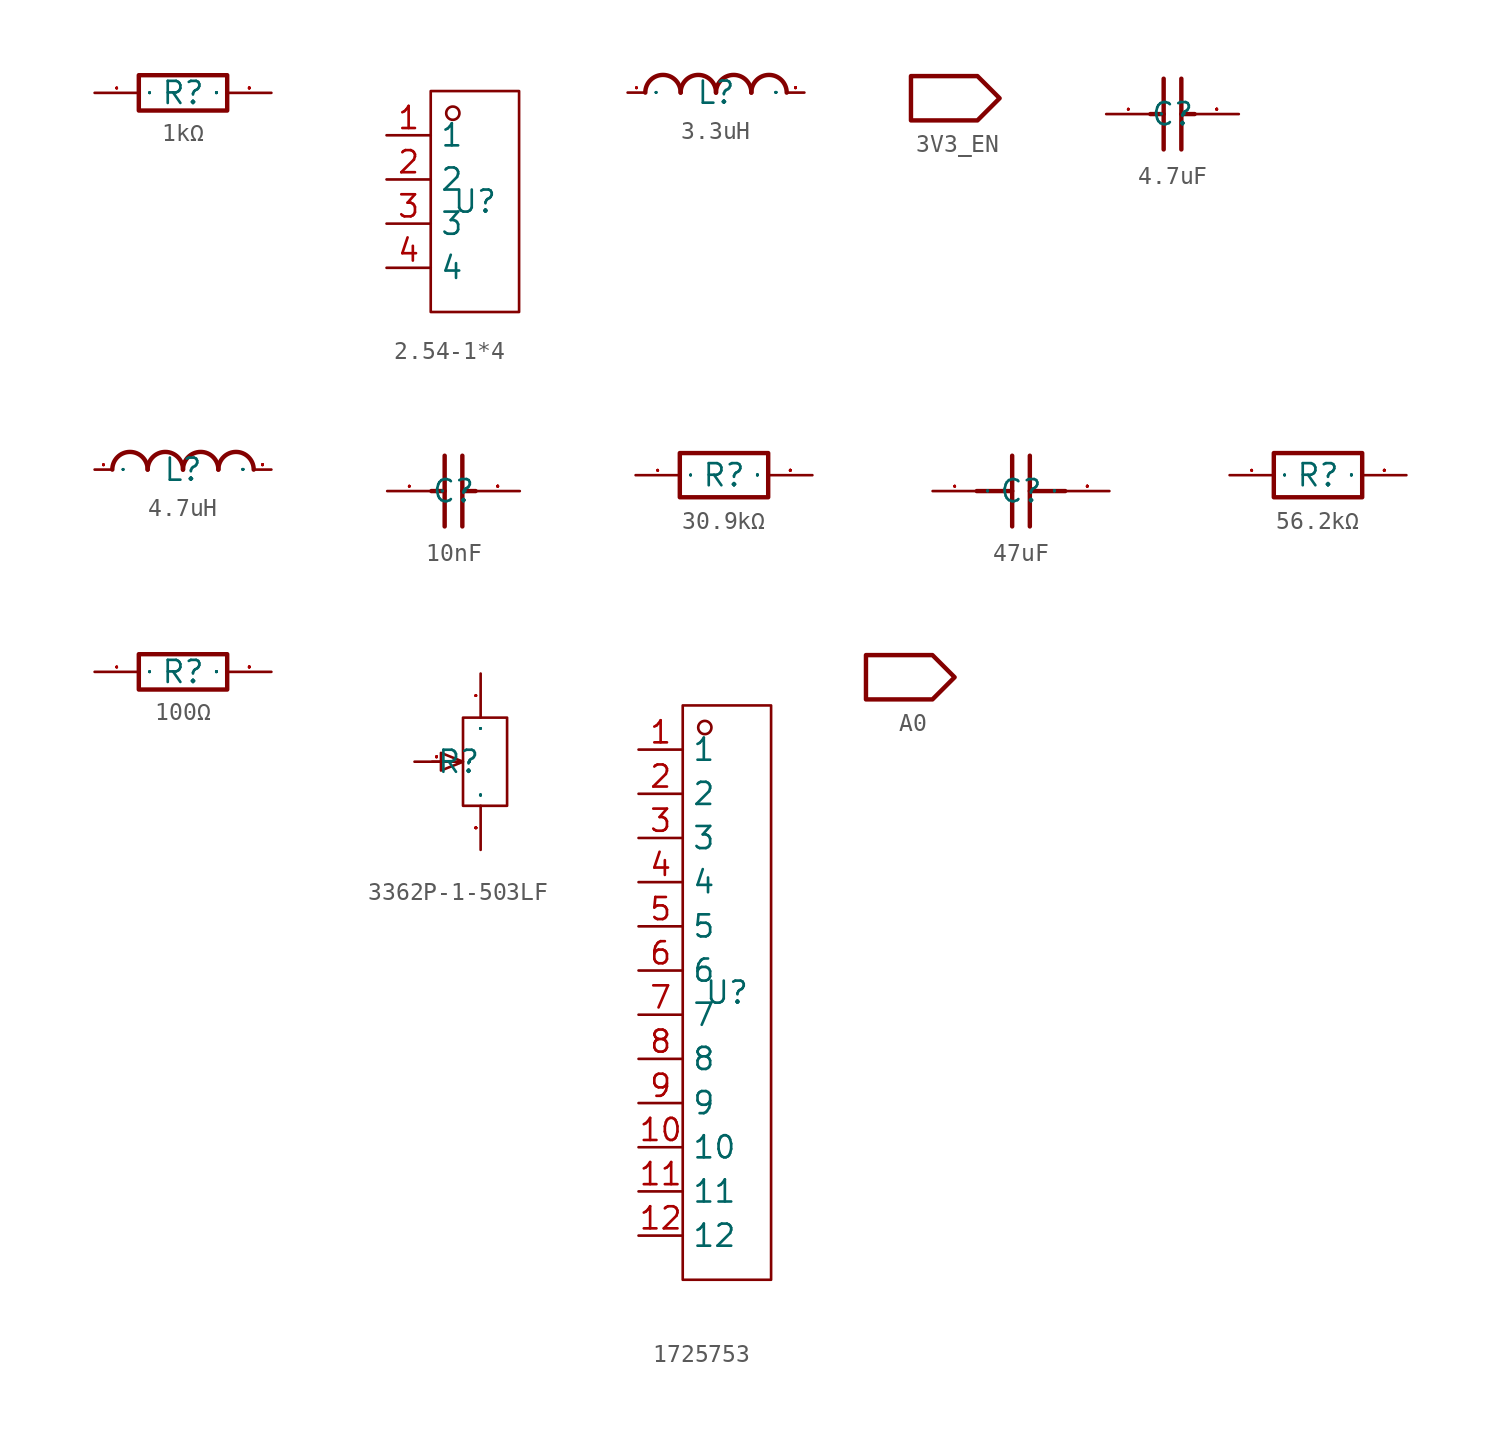
<source format=kicad_sym>
(kicad_symbol_lib
  (version 20241209)
  (generator "kicad_symbol_editor")
  (generator_version "9.0")
  (symbol "1kΩ"
    (property "Reference" "R"
      (at 0 0 0)
      (effects (font (size 1.27 1.27))))
    (property "Value" ""
      (at 0 0 0)
      (effects (font (size 1.27 1.27))))
    (symbol "1kΩ_1_0"
      (rectangle (start -2.54 1.016) (end 2.54 -1.016) (stroke (width 0.254) (type default)) (fill (type none)))
      (pin input line (at -5.08 0 0) (length 2.54) (name "1" (effects (font (size 0.025 0.025)))) (number "1" (effects (font (size 0.025 0.025)))))
      (pin input line (at 5.08 0 180) (length 2.54) (name "2" (effects (font (size 0.025 0.025)))) (number "2" (effects (font (size 0.025 0.025)))))))
  (symbol "2.54-1*4"
    (property "Reference" "U"
      (at 0 0 0)
      (effects (font (size 1.27 1.27))))
    (property "Value" ""
      (at 0 0 0)
      (effects (font (size 1.27 1.27))))
    (symbol "2.54-1*4_1_0"
      (rectangle (start -2.54 -6.35) (end 2.54 6.35) (stroke (width 0) (type default)) (fill (type none)))
      (circle (center -1.27 5.08) (radius 0.381) (stroke (width 0) (type default)) (fill (type none)))
      (pin unspecified line (at -5.08 3.81 0) (length 2.54) (name "1" (effects (font (size 1.27 1.27)))) (number "1" (effects (font (size 1.27 1.27)))))
      (pin unspecified line (at -5.08 1.27 0) (length 2.54) (name "2" (effects (font (size 1.27 1.27)))) (number "2" (effects (font (size 1.27 1.27)))))
      (pin unspecified line (at -5.08 -1.27 0) (length 2.54) (name "3" (effects (font (size 1.27 1.27)))) (number "3" (effects (font (size 1.27 1.27)))))
      (pin unspecified line (at -5.08 -3.81 0) (length 2.54) (name "4" (effects (font (size 1.27 1.27)))) (number "4" (effects (font (size 1.27 1.27)))))))
  (symbol "3.3uH"
    (property "Reference" "L"
      (at 0 0 0)
      (effects (font (size 1.27 1.27))))
    (property "Value" ""
      (at 0 0 0)
      (effects (font (size 1.27 1.27))))
    (symbol "3.3uH_1_0"
      (arc (start -4.064 0) (mid -3.0226 1.016) (end -2.032 0) (stroke (width 0.254) (type default)) (fill (type none)))
      (arc (start -2.032 0) (mid -0.9906 1.016) (end 0 0) (stroke (width 0.254) (type default)) (fill (type none)))
      (arc (start 0 0) (mid 1.016 1.016) (end 2.032 0) (stroke (width 0.254) (type default)) (fill (type none)))
      (arc (start 2.032 0) (mid 3.048 1.016) (end 4.064 0) (stroke (width 0.254) (type default)) (fill (type none)))
      (pin unspecified line (at -5.08 0 0) (length 1.016) (name "1" (effects (font (size 0.025 0.025)))) (number "1" (effects (font (size 0.025 0.025)))))
      (pin unspecified line (at 5.08 0 180) (length 1.016) (name "2" (effects (font (size 0.025 0.025)))) (number "2" (effects (font (size 0.025 0.025)))))))
  (symbol "3V3_EN"
    (power)
    (pin_numbers
      (hide yes))
    (pin_names
      (hide yes))
    (property "Reference" "#PWR"
      (at 0 0 0)
      (effects (font (size 1.27 1.27)) (hide yes)))
    (property "Value" ""
      (at 0 0 0)
      (effects (font (size 1.27 1.27))))
    (symbol "3V3_EN_1_0"
      (polyline (pts (xy 0 0) (xy -1.27 -1.27) (xy -1.27 -1.27) (xy -5.08 -1.27) (xy -5.08 -1.27) (xy -5.08 1.27) (xy -5.08 1.27) (xy -1.27 1.27) (xy -1.27 1.27) (xy 0 0)) (stroke (width 0.254) (type default)) (fill (type none)))
      (pin input line (at 0 0 0) (length 0) (name "" (effects (font (size 0.025 0.025)))) (number "1" (effects (font (size 0 0)))))))
  (symbol "4.7uF"
    (property "Reference" "C"
      (at 0 0 0)
      (effects (font (size 1.27 1.27))))
    (property "Value" ""
      (at 0 0 0)
      (effects (font (size 1.27 1.27))))
    (symbol "4.7uF_1_0"
      (polyline (pts (xy -1.27 0) (xy -0.508 0)) (stroke (width 0.254) (type default)) (fill (type none)))
      (polyline (pts (xy -0.508 2.032) (xy -0.508 -2.032)) (stroke (width 0.254) (type default)) (fill (type none)))
      (polyline (pts (xy 0.508 2.032) (xy 0.508 -2.032)) (stroke (width 0.254) (type default)) (fill (type none)))
      (polyline (pts (xy 0.508 0) (xy 1.27 0)) (stroke (width 0.254) (type default)) (fill (type none)))
      (pin input line (at -3.81 0 0) (length 2.54) (name "1" (effects (font (size 0.025 0.025)))) (number "1" (effects (font (size 0.025 0.025)))))
      (pin input line (at 3.81 0 180) (length 2.54) (name "2" (effects (font (size 0.025 0.025)))) (number "2" (effects (font (size 0.025 0.025)))))))
  (symbol "4.7uH"
    (property "Reference" "L"
      (at 0 0 0)
      (effects (font (size 1.27 1.27))))
    (property "Value" ""
      (at 0 0 0)
      (effects (font (size 1.27 1.27))))
    (symbol "4.7uH_1_0"
      (arc (start -4.064 0) (mid -3.0226 1.016) (end -2.032 0) (stroke (width 0.254) (type default)) (fill (type none)))
      (arc (start -2.032 0) (mid -0.9906 1.016) (end 0 0) (stroke (width 0.254) (type default)) (fill (type none)))
      (arc (start 0 0) (mid 1.016 1.016) (end 2.032 0) (stroke (width 0.254) (type default)) (fill (type none)))
      (arc (start 2.032 0) (mid 3.048 1.016) (end 4.064 0) (stroke (width 0.254) (type default)) (fill (type none)))
      (pin unspecified line (at -5.08 0 0) (length 1.016) (name "1" (effects (font (size 0.025 0.025)))) (number "1" (effects (font (size 0.025 0.025)))))
      (pin unspecified line (at 5.08 0 180) (length 1.016) (name "2" (effects (font (size 0.025 0.025)))) (number "2" (effects (font (size 0.025 0.025)))))))
  (symbol "10nF"
    (property "Reference" "C"
      (at 0 0 0)
      (effects (font (size 1.27 1.27))))
    (property "Value" ""
      (at 0 0 0)
      (effects (font (size 1.27 1.27))))
    (symbol "10nF_1_0"
      (polyline (pts (xy -1.27 0) (xy -0.508 0)) (stroke (width 0.254) (type default)) (fill (type none)))
      (polyline (pts (xy -0.508 2.032) (xy -0.508 -2.032)) (stroke (width 0.254) (type default)) (fill (type none)))
      (polyline (pts (xy 0.508 2.032) (xy 0.508 -2.032)) (stroke (width 0.254) (type default)) (fill (type none)))
      (polyline (pts (xy 0.508 0) (xy 1.27 0)) (stroke (width 0.254) (type default)) (fill (type none)))
      (pin input line (at -3.81 0 0) (length 2.54) (name "1" (effects (font (size 0.025 0.025)))) (number "1" (effects (font (size 0.025 0.025)))))
      (pin input line (at 3.81 0 180) (length 2.54) (name "2" (effects (font (size 0.025 0.025)))) (number "2" (effects (font (size 0.025 0.025)))))))
  (symbol "30.9kΩ"
    (property "Reference" "R"
      (at 0 0 0)
      (effects (font (size 1.27 1.27))))
    (property "Value" ""
      (at 0 0 0)
      (effects (font (size 1.27 1.27))))
    (symbol "30.9kΩ_1_0"
      (rectangle (start 2.54 1.27) (end -2.54 -1.27) (stroke (width 0.254) (type default)) (fill (type none)))
      (pin unspecified line (at -5.08 0 0) (length 2.54) (name "1" (effects (font (size 0.025 0.025)))) (number "1" (effects (font (size 0.025 0.025)))))
      (pin unspecified line (at 5.08 0 180) (length 2.54) (name "2" (effects (font (size 0.025 0.025)))) (number "2" (effects (font (size 0.025 0.025)))))))
  (symbol "47uF"
    (property "Reference" "C"
      (at 0 0 0)
      (effects (font (size 1.27 1.27))))
    (property "Value" ""
      (at 0 0 0)
      (effects (font (size 1.27 1.27))))
    (symbol "47uF_1_0"
      (polyline (pts (xy -0.508 0) (xy -2.54 0)) (stroke (width 0.254) (type default)) (fill (type none)))
      (polyline (pts (xy -0.508 -2.032) (xy -0.508 2.032)) (stroke (width 0.254) (type default)) (fill (type none)))
      (polyline (pts (xy 0.508 2.032) (xy 0.508 -2.032)) (stroke (width 0.254) (type default)) (fill (type none)))
      (polyline (pts (xy 2.54 0) (xy 0.508 0)) (stroke (width 0.254) (type default)) (fill (type none)))
      (pin unspecified line (at -5.08 0 0) (length 2.54) (name "1" (effects (font (size 0.025 0.025)))) (number "1" (effects (font (size 0.025 0.025)))))
      (pin unspecified line (at 5.08 0 180) (length 2.54) (name "2" (effects (font (size 0.025 0.025)))) (number "2" (effects (font (size 0.025 0.025)))))))
  (symbol "56.2kΩ"
    (property "Reference" "R"
      (at 0 0 0)
      (effects (font (size 1.27 1.27))))
    (property "Value" ""
      (at 0 0 0)
      (effects (font (size 1.27 1.27))))
    (symbol "56.2kΩ_1_0"
      (rectangle (start 2.54 1.27) (end -2.54 -1.27) (stroke (width 0.254) (type default)) (fill (type none)))
      (pin unspecified line (at -5.08 0 0) (length 2.54) (name "1" (effects (font (size 0.025 0.025)))) (number "1" (effects (font (size 0.025 0.025)))))
      (pin unspecified line (at 5.08 0 180) (length 2.54) (name "2" (effects (font (size 0.025 0.025)))) (number "2" (effects (font (size 0.025 0.025)))))))
  (symbol "100Ω"
    (property "Reference" "R"
      (at 0 0 0)
      (effects (font (size 1.27 1.27))))
    (property "Value" ""
      (at 0 0 0)
      (effects (font (size 1.27 1.27))))
    (symbol "100Ω_1_0"
      (rectangle (start -2.54 -1.016) (end 2.54 1.016) (stroke (width 0.254) (type default)) (fill (type none)))
      (pin input line (at -5.08 0 0) (length 2.54) (name "1" (effects (font (size 0.025 0.025)))) (number "1" (effects (font (size 0.025 0.025)))))
      (pin input line (at 5.08 0 180) (length 2.54) (name "2" (effects (font (size 0.025 0.025)))) (number "2" (effects (font (size 0.025 0.025)))))))
  (symbol "3362P-1-503LF"
    (property "Reference" "R"
      (at 0 0 0)
      (effects (font (size 1.27 1.27))))
    (symbol "3362P-1-503LF_1_0"
      (polyline (pts (xy -0.254 0) (xy -1.524 0)) (stroke (width 0) (type default)) (fill (type none)))
      (polyline (pts (xy 0.254 0) (xy -1.016 -0.508) (xy -1.016 -0.508) (xy -1.016 0.508) (xy -1.016 0.508) (xy 0.254 0)) (stroke (width 0) (type default)) (fill (type none)))
      (polyline (pts (xy 0.254 -2.54) (xy 0.254 2.54) (xy 0.254 2.54) (xy 2.794 2.54) (xy 2.794 2.54) (xy 2.794 -2.54) (xy 2.794 -2.54) (xy 0.254 -2.54)) (stroke (width 0) (type default)) (fill (type none)))
      (pin input line (at -2.54 0 0) (length 2.54) (name "2" (effects (font (size 0.025 0.025)))) (number "2" (effects (font (size 0.025 0.025)))))
      (pin input line (at 1.27 5.08 270) (length 2.54) (name "1" (effects (font (size 0.025 0.025)))) (number "1" (effects (font (size 0.025 0.025)))))
      (pin input line (at 1.27 -5.08 90) (length 2.54) (name "3" (effects (font (size 0.025 0.025)))) (number "3" (effects (font (size 0.025 0.025)))))))
  (symbol "1725753"
    (property "Reference" "U"
      (at 0 0 0)
      (effects (font (size 1.27 1.27))))
    (property "Value" ""
      (at 0 0 0)
      (effects (font (size 1.27 1.27))))
    (symbol "1725753_1_0"
      (rectangle (start -2.54 -16.51) (end 2.54 16.51) (stroke (width 0) (type default)) (fill (type none)))
      (circle (center -1.27 15.24) (radius 0.381) (stroke (width 0) (type default)) (fill (type none)))
      (pin unspecified line (at -5.08 13.97 0) (length 2.54) (name "1" (effects (font (size 1.27 1.27)))) (number "1" (effects (font (size 1.27 1.27)))))
      (pin unspecified line (at -5.08 11.43 0) (length 2.54) (name "2" (effects (font (size 1.27 1.27)))) (number "2" (effects (font (size 1.27 1.27)))))
      (pin unspecified line (at -5.08 8.89 0) (length 2.54) (name "3" (effects (font (size 1.27 1.27)))) (number "3" (effects (font (size 1.27 1.27)))))
      (pin unspecified line (at -5.08 6.35 0) (length 2.54) (name "4" (effects (font (size 1.27 1.27)))) (number "4" (effects (font (size 1.27 1.27)))))
      (pin unspecified line (at -5.08 3.81 0) (length 2.54) (name "5" (effects (font (size 1.27 1.27)))) (number "5" (effects (font (size 1.27 1.27)))))
      (pin unspecified line (at -5.08 1.27 0) (length 2.54) (name "6" (effects (font (size 1.27 1.27)))) (number "6" (effects (font (size 1.27 1.27)))))
      (pin unspecified line (at -5.08 -1.27 0) (length 2.54) (name "7" (effects (font (size 1.27 1.27)))) (number "7" (effects (font (size 1.27 1.27)))))
      (pin unspecified line (at -5.08 -3.81 0) (length 2.54) (name "8" (effects (font (size 1.27 1.27)))) (number "8" (effects (font (size 1.27 1.27)))))
      (pin unspecified line (at -5.08 -6.35 0) (length 2.54) (name "9" (effects (font (size 1.27 1.27)))) (number "9" (effects (font (size 1.27 1.27)))))
      (pin unspecified line (at -5.08 -8.89 0) (length 2.54) (name "10" (effects (font (size 1.27 1.27)))) (number "10" (effects (font (size 1.27 1.27)))))
      (pin unspecified line (at -5.08 -11.43 0) (length 2.54) (name "11" (effects (font (size 1.27 1.27)))) (number "11" (effects (font (size 1.27 1.27)))))
      (pin unspecified line (at -5.08 -13.97 0) (length 2.54) (name "12" (effects (font (size 1.27 1.27)))) (number "12" (effects (font (size 1.27 1.27)))))))
  (symbol "A0"
    (power)
    (pin_numbers
      (hide yes))
    (pin_names
      (hide yes))
    (property "Reference" "#PWR"
      (at 0 0 0)
      (effects (font (size 1.27 1.27)) (hide yes)))
    (property "Value" ""
      (at 0 0 0)
      (effects (font (size 1.27 1.27))))
    (symbol "A0_1_0"
      (polyline (pts (xy 0 0) (xy -1.27 -1.27) (xy -1.27 -1.27) (xy -5.08 -1.27) (xy -5.08 -1.27) (xy -5.08 1.27) (xy -5.08 1.27) (xy -1.27 1.27) (xy -1.27 1.27) (xy 0 0)) (stroke (width 0.254) (type default)) (fill (type none)))
      (pin input line (at 0 0 0) (length 0) (name "" (effects (font (size 0.025 0.025)))) (number "1" (effects (font (size 0 0))))))))
</source>
